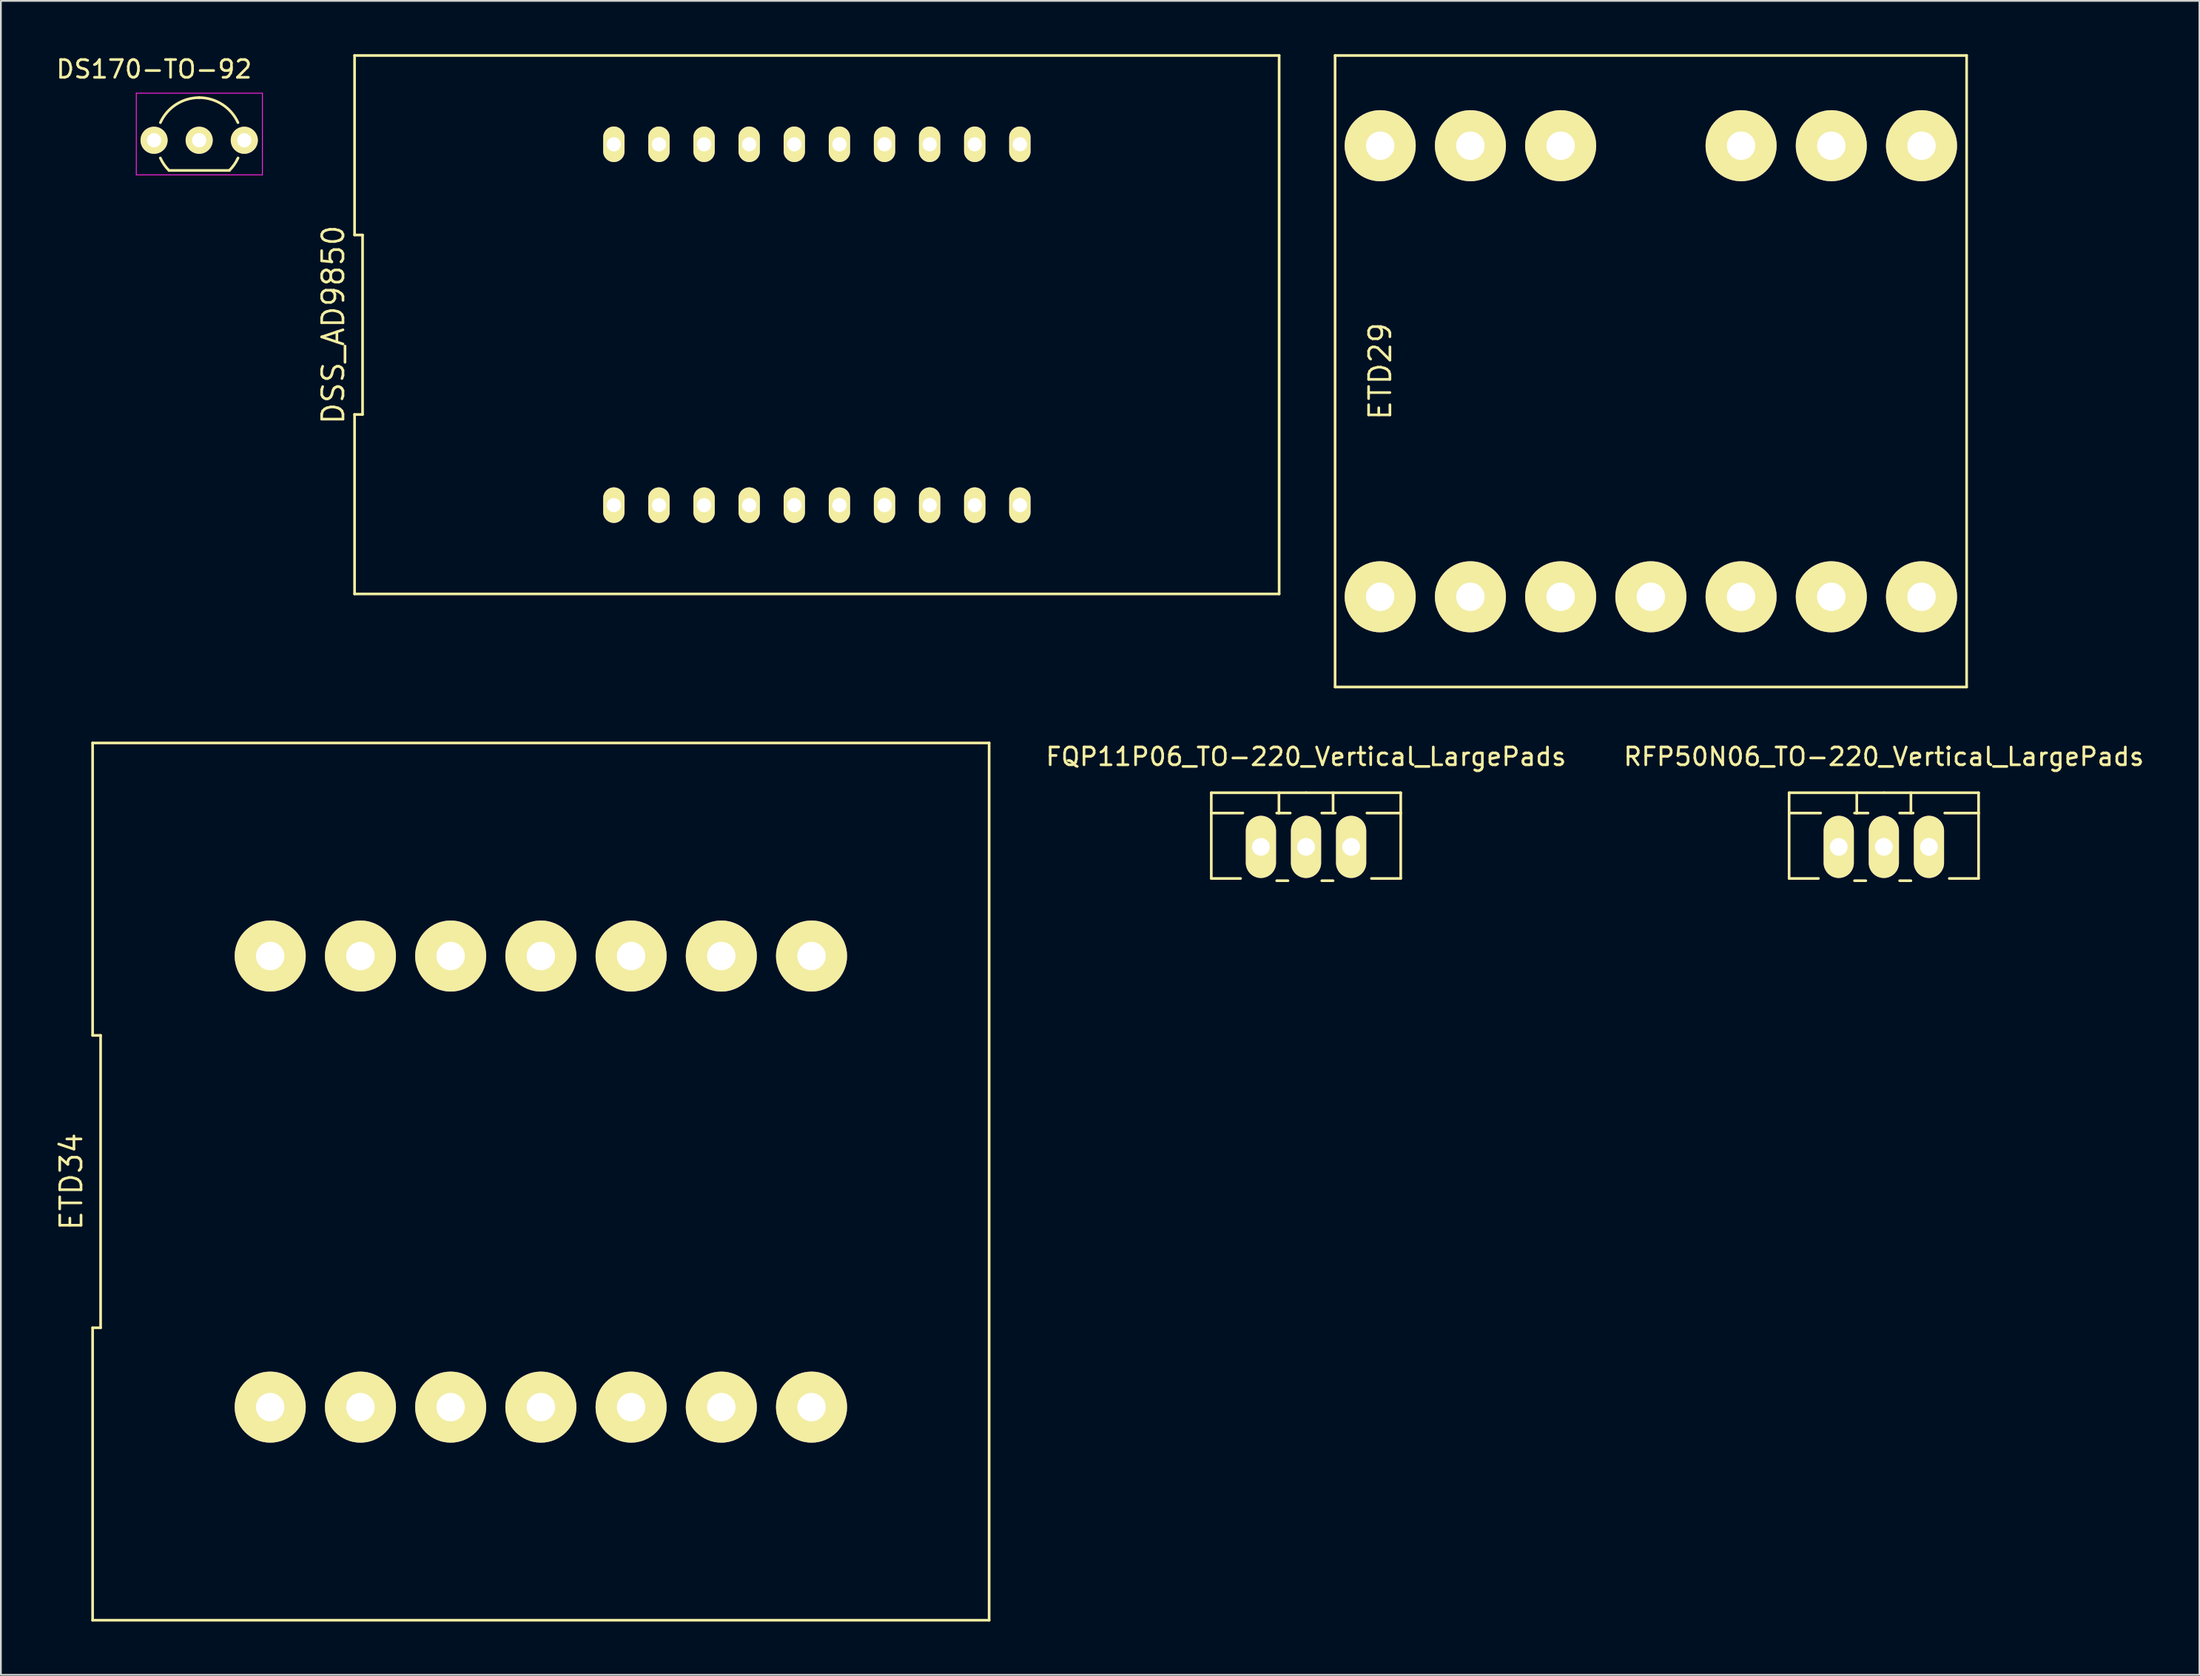
<source format=kicad_pcb>
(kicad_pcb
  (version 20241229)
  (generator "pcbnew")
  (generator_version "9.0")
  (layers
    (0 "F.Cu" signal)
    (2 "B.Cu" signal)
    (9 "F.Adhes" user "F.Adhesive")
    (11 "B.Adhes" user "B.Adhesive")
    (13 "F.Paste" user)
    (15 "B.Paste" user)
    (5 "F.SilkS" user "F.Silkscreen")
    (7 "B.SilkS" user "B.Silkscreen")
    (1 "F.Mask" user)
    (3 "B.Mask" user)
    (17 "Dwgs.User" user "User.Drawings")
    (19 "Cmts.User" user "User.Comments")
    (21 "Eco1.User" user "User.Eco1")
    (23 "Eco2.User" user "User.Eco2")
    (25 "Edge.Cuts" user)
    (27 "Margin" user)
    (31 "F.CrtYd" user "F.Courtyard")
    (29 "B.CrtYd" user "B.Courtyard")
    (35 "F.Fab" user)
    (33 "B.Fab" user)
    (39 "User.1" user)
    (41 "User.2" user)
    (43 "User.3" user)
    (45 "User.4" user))
  (footprint "ETD34"
    (layer "F.Cu")
    (at 27.405 63.485)
    (property "Reference" "ETD34" (at -26.44 0 90) (layer "F.SilkS") (effects (font (size 1.2 1.2) (thickness 0.15))))
    (attr through_hole)
    (fp_line (start -25.24 -24.7) (end -25.24 -8.233) (stroke (width 0.15) (type solid)) (layer "F.SilkS"))
    (fp_line (start -25.24 -8.233) (end -24.79 -8.233) (stroke (width 0.15) (type solid)) (layer "F.SilkS"))
    (fp_line (start -25.24 8.233) (end -25.24 24.7) (stroke (width 0.15) (type solid)) (layer "F.SilkS"))
    (fp_line (start -25.24 24.7) (end 25.24 24.7) (stroke (width 0.15) (type solid)) (layer "F.SilkS"))
    (fp_line (start -24.79 -8.233) (end -24.79 8.233) (stroke (width 0.15) (type solid)) (layer "F.SilkS"))
    (fp_line (start -24.79 8.233) (end -25.24 8.233) (stroke (width 0.15) (type solid)) (layer "F.SilkS"))
    (fp_line (start 25.24 -24.7) (end -25.24 -24.7) (stroke (width 0.15) (type solid)) (layer "F.SilkS"))
    (fp_line (start 25.24 24.7) (end 25.24 -24.7) (stroke (width 0.15) (type solid)) (layer "F.SilkS"))
    (pad "1" thru_hole circle (at -15.24 12.7) (size 4 4) (drill 1.6) (layers "*.Cu" "*.Mask" "F.SilkS"))
    (pad "2" thru_hole circle (at -10.16 12.7) (size 4 4) (drill 1.6) (layers "*.Cu" "*.Mask" "F.SilkS"))
    (pad "3" thru_hole circle (at -5.08 12.7) (size 4 4) (drill 1.6) (layers "*.Cu" "*.Mask" "F.SilkS"))
    (pad "4" thru_hole circle (at 0 12.7) (size 4 4) (drill 1.6) (layers "*.Cu" "*.Mask" "F.SilkS"))
    (pad "5" thru_hole circle (at 5.08 12.7) (size 4 4) (drill 1.6) (layers "*.Cu" "*.Mask" "F.SilkS"))
    (pad "6" thru_hole circle (at 10.16 12.7) (size 4 4) (drill 1.6) (layers "*.Cu" "*.Mask" "F.SilkS"))
    (pad "7" thru_hole circle (at 15.24 12.7) (size 4 4) (drill 1.6) (layers "*.Cu" "*.Mask" "F.SilkS"))
    (pad "8" thru_hole circle (at 15.24 -12.7) (size 4 4) (drill 1.6) (layers "*.Cu" "*.Mask" "F.SilkS"))
    (pad "9" thru_hole circle (at 10.16 -12.7) (size 4 4) (drill 1.6) (layers "*.Cu" "*.Mask" "F.SilkS"))
    (pad "10" thru_hole circle (at 5.08 -12.7) (size 4 4) (drill 1.6) (layers "*.Cu" "*.Mask" "F.SilkS"))
    (pad "11" thru_hole circle (at 0 -12.7) (size 4 4) (drill 1.6) (layers "*.Cu" "*.Mask" "F.SilkS"))
    (pad "12" thru_hole circle (at -5.08 -12.7) (size 4 4) (drill 1.6) (layers "*.Cu" "*.Mask" "F.SilkS"))
    (pad "13" thru_hole circle (at -10.16 -12.7) (size 4 4) (drill 1.6) (layers "*.Cu" "*.Mask" "F.SilkS"))
    (pad "14" thru_hole circle (at -15.24 -12.7) (size 4 4) (drill 1.6) (layers "*.Cu" "*.Mask" "F.SilkS")))
  (footprint "FQP11P06_TO-220_Vertical_LargePads"
    (layer "F.Cu")
    (at 70.488 44.638)
    (property "Reference" "FQP11P06_TO-220_Vertical_LargePads" (at 0 -5.08 0) (layer "F.SilkS") (effects (font (size 1 1) (thickness 0.15))))
    (attr through_hole)
    (fp_line (start -5.334 -1.905) (end -5.334 -3.048) (stroke (width 0.15) (type solid)) (layer "F.SilkS"))
    (fp_line (start -5.334 -1.905) (end -3.556 -1.905) (stroke (width 0.15) (type solid)) (layer "F.SilkS"))
    (fp_line (start -5.334 1.778) (end -5.334 -1.905) (stroke (width 0.15) (type solid)) (layer "F.SilkS"))
    (fp_line (start -5.334 1.778) (end -3.683 1.778) (stroke (width 0.15) (type solid)) (layer "F.SilkS"))
    (fp_line (start -1.524 -3.048) (end -1.524 -1.905) (stroke (width 0.15) (type solid)) (layer "F.SilkS"))
    (fp_line (start -1.524 -1.905) (end -1.651 -1.905) (stroke (width 0.15) (type solid)) (layer "F.SilkS"))
    (fp_line (start -1.524 -1.905) (end -0.889 -1.905) (stroke (width 0.15) (type solid)) (layer "F.SilkS"))
    (fp_line (start -1.016 1.905) (end -1.651 1.905) (stroke (width 0.15) (type solid)) (layer "F.SilkS"))
    (fp_line (start 0 -3.048) (end -5.334 -3.048) (stroke (width 0.15) (type solid)) (layer "F.SilkS"))
    (fp_line (start 0 -3.048) (end 5.334 -3.048) (stroke (width 0.15) (type solid)) (layer "F.SilkS"))
    (fp_line (start 0.889 -1.905) (end 1.651 -1.905) (stroke (width 0.15) (type solid)) (layer "F.SilkS"))
    (fp_line (start 1.524 -3.048) (end 1.524 -1.905) (stroke (width 0.15) (type solid)) (layer "F.SilkS"))
    (fp_line (start 1.524 1.905) (end 0.889 1.905) (stroke (width 0.15) (type solid)) (layer "F.SilkS"))
    (fp_line (start 5.334 -3.048) (end 5.334 -1.905) (stroke (width 0.15) (type solid)) (layer "F.SilkS"))
    (fp_line (start 5.334 -1.905) (end 3.429 -1.905) (stroke (width 0.15) (type solid)) (layer "F.SilkS"))
    (fp_line (start 5.334 -1.905) (end 5.334 1.778) (stroke (width 0.15) (type solid)) (layer "F.SilkS"))
    (fp_line (start 5.334 1.778) (end 3.683 1.778) (stroke (width 0.15) (type solid)) (layer "F.SilkS"))
    (pad "D" thru_hole oval (at 0 0 90) (size 3.5 1.699) (drill 1.001) (layers "*.Cu" "*.Mask" "F.SilkS"))
    (pad "G" thru_hole oval (at -2.54 0 90) (size 3.5 1.699) (drill 1.001) (layers "*.Cu" "*.Mask" "F.SilkS"))
    (pad "S" thru_hole oval (at 2.54 0 90) (size 3.5 1.699) (drill 1.001) (layers "*.Cu" "*.Mask" "F.SilkS")))
  (footprint "ETD29"
    (layer "F.Cu")
    (at 89.905 17.855)
    (property "Reference" "ETD29" (at -15.24 0 90) (layer "F.SilkS") (effects (font (size 1.2 1.2) (thickness 0.15))))
    (attr through_hole)
    (fp_line (start -17.78 -17.78) (end -17.78 17.78) (stroke (width 0.15) (type solid)) (layer "F.SilkS"))
    (fp_line (start -17.78 17.78) (end 17.78 17.78) (stroke (width 0.15) (type solid)) (layer "F.SilkS"))
    (fp_line (start 17.78 -17.78) (end -17.78 -17.78) (stroke (width 0.15) (type solid)) (layer "F.SilkS"))
    (fp_line (start 17.78 17.78) (end 17.78 -17.78) (stroke (width 0.15) (type solid)) (layer "F.SilkS"))
    (pad "1" thru_hole circle (at -15.24 12.7) (size 4 4) (drill 1.6) (layers "*.Cu" "*.Mask" "F.SilkS"))
    (pad "2" thru_hole circle (at -10.16 12.7) (size 4 4) (drill 1.6) (layers "*.Cu" "*.Mask" "F.SilkS"))
    (pad "3" thru_hole circle (at -5.08 12.7) (size 4 4) (drill 1.6) (layers "*.Cu" "*.Mask" "F.SilkS"))
    (pad "4" thru_hole circle (at 0 12.7) (size 4 4) (drill 1.6) (layers "*.Cu" "*.Mask" "F.SilkS"))
    (pad "5" thru_hole circle (at 5.08 12.7) (size 4 4) (drill 1.6) (layers "*.Cu" "*.Mask" "F.SilkS"))
    (pad "6" thru_hole circle (at 10.16 12.7) (size 4 4) (drill 1.6) (layers "*.Cu" "*.Mask" "F.SilkS"))
    (pad "7" thru_hole circle (at 15.24 12.7) (size 4 4) (drill 1.6) (layers "*.Cu" "*.Mask" "F.SilkS"))
    (pad "8" thru_hole circle (at 15.24 -12.7) (size 4 4) (drill 1.6) (layers "*.Cu" "*.Mask" "F.SilkS"))
    (pad "9" thru_hole circle (at 10.16 -12.7) (size 4 4) (drill 1.6) (layers "*.Cu" "*.Mask" "F.SilkS"))
    (pad "10" thru_hole circle (at 5.08 -12.7) (size 4 4) (drill 1.6) (layers "*.Cu" "*.Mask" "F.SilkS"))
    (pad "12" thru_hole circle (at -5.08 -12.7) (size 4 4) (drill 1.6) (layers "*.Cu" "*.Mask" "F.SilkS"))
    (pad "13" thru_hole circle (at -10.16 -12.7) (size 4 4) (drill 1.6) (layers "*.Cu" "*.Mask" "F.SilkS"))
    (pad "14" thru_hole circle (at -15.24 -12.7) (size 4 4) (drill 1.6) (layers "*.Cu" "*.Mask" "F.SilkS")))
  (footprint "RFP50N06_TO-220_Vertical_LargePads"
    (layer "F.Cu")
    (at 103.024 44.638)
    (property "Reference" "RFP50N06_TO-220_Vertical_LargePads" (at 0 -5.08 0) (layer "F.SilkS") (effects (font (size 1 1) (thickness 0.15))))
    (attr through_hole)
    (fp_line (start -5.334 -1.905) (end -5.334 -3.048) (stroke (width 0.15) (type solid)) (layer "F.SilkS"))
    (fp_line (start -5.334 -1.905) (end -3.556 -1.905) (stroke (width 0.15) (type solid)) (layer "F.SilkS"))
    (fp_line (start -5.334 1.778) (end -5.334 -1.905) (stroke (width 0.15) (type solid)) (layer "F.SilkS"))
    (fp_line (start -5.334 1.778) (end -3.683 1.778) (stroke (width 0.15) (type solid)) (layer "F.SilkS"))
    (fp_line (start -1.524 -3.048) (end -1.524 -1.905) (stroke (width 0.15) (type solid)) (layer "F.SilkS"))
    (fp_line (start -1.524 -1.905) (end -1.651 -1.905) (stroke (width 0.15) (type solid)) (layer "F.SilkS"))
    (fp_line (start -1.524 -1.905) (end -0.889 -1.905) (stroke (width 0.15) (type solid)) (layer "F.SilkS"))
    (fp_line (start -1.016 1.905) (end -1.651 1.905) (stroke (width 0.15) (type solid)) (layer "F.SilkS"))
    (fp_line (start 0 -3.048) (end -5.334 -3.048) (stroke (width 0.15) (type solid)) (layer "F.SilkS"))
    (fp_line (start 0 -3.048) (end 5.334 -3.048) (stroke (width 0.15) (type solid)) (layer "F.SilkS"))
    (fp_line (start 0.889 -1.905) (end 1.651 -1.905) (stroke (width 0.15) (type solid)) (layer "F.SilkS"))
    (fp_line (start 1.524 -3.048) (end 1.524 -1.905) (stroke (width 0.15) (type solid)) (layer "F.SilkS"))
    (fp_line (start 1.524 1.905) (end 0.889 1.905) (stroke (width 0.15) (type solid)) (layer "F.SilkS"))
    (fp_line (start 5.334 -3.048) (end 5.334 -1.905) (stroke (width 0.15) (type solid)) (layer "F.SilkS"))
    (fp_line (start 5.334 -1.905) (end 3.429 -1.905) (stroke (width 0.15) (type solid)) (layer "F.SilkS"))
    (fp_line (start 5.334 -1.905) (end 5.334 1.778) (stroke (width 0.15) (type solid)) (layer "F.SilkS"))
    (fp_line (start 5.334 1.778) (end 3.683 1.778) (stroke (width 0.15) (type solid)) (layer "F.SilkS"))
    (pad "D" thru_hole oval (at 0 0 90) (size 3.5 1.699) (drill 1.001) (layers "*.Cu" "*.Mask" "F.SilkS"))
    (pad "G" thru_hole oval (at -2.54 0 90) (size 3.5 1.699) (drill 1.001) (layers "*.Cu" "*.Mask" "F.SilkS"))
    (pad "S" thru_hole oval (at 2.54 0 90) (size 3.5 1.699) (drill 1.001) (layers "*.Cu" "*.Mask" "F.SilkS")))
  (footprint "DSS_AD9850"
    (layer "F.Cu")
    (at 42.945 15.235)
    (property "Reference" "DSS_AD9850" (at -27.23 0 90) (layer "F.SilkS") (effects (font (size 1.2 1.2) (thickness 0.15))))
    (attr through_hole)
    (fp_line (start -26.03 -15.16) (end -26.03 -5.053) (stroke (width 0.15) (type solid)) (layer "F.SilkS"))
    (fp_line (start -26.03 -5.053) (end -25.58 -5.053) (stroke (width 0.15) (type solid)) (layer "F.SilkS"))
    (fp_line (start -26.03 5.053) (end -26.03 15.16) (stroke (width 0.15) (type solid)) (layer "F.SilkS"))
    (fp_line (start -26.03 15.16) (end 26.03 15.16) (stroke (width 0.15) (type solid)) (layer "F.SilkS"))
    (fp_line (start -25.58 -5.053) (end -25.58 5.053) (stroke (width 0.15) (type solid)) (layer "F.SilkS"))
    (fp_line (start -25.58 5.053) (end -26.03 5.053) (stroke (width 0.15) (type solid)) (layer "F.SilkS"))
    (fp_line (start 26.03 -15.16) (end -26.03 -15.16) (stroke (width 0.15) (type solid)) (layer "F.SilkS"))
    (fp_line (start 26.03 15.16) (end 26.03 -15.16) (stroke (width 0.15) (type solid)) (layer "F.SilkS"))
    (pad "1" thru_hole oval (at -11.43 10.16) (size 1.2 2) (drill 0.8) (layers "*.Cu" "*.Mask" "F.SilkS"))
    (pad "2" thru_hole oval (at -8.89 10.16) (size 1.2 2) (drill 0.8) (layers "*.Cu" "*.Mask" "F.SilkS"))
    (pad "3" thru_hole oval (at -6.35 10.16) (size 1.2 2) (drill 0.8) (layers "*.Cu" "*.Mask" "F.SilkS"))
    (pad "4" thru_hole oval (at -3.81 10.16) (size 1.2 2) (drill 0.8) (layers "*.Cu" "*.Mask" "F.SilkS"))
    (pad "5" thru_hole oval (at -1.27 10.16) (size 1.2 2) (drill 0.8) (layers "*.Cu" "*.Mask" "F.SilkS"))
    (pad "6" thru_hole oval (at 1.27 10.16) (size 1.2 2) (drill 0.8) (layers "*.Cu" "*.Mask" "F.SilkS"))
    (pad "7" thru_hole oval (at 3.81 10.16) (size 1.2 2) (drill 0.8) (layers "*.Cu" "*.Mask" "F.SilkS"))
    (pad "8" thru_hole oval (at 6.35 10.16) (size 1.2 2) (drill 0.8) (layers "*.Cu" "*.Mask" "F.SilkS"))
    (pad "9" thru_hole oval (at 8.89 10.16) (size 1.2 2) (drill 0.8) (layers "*.Cu" "*.Mask" "F.SilkS"))
    (pad "10" thru_hole oval (at 11.43 10.16) (size 1.2 2) (drill 0.8) (layers "*.Cu" "*.Mask" "F.SilkS"))
    (pad "11" thru_hole oval (at 11.43 -10.16) (size 1.2 2) (drill 0.8) (layers "*.Cu" "*.Mask" "F.SilkS"))
    (pad "12" thru_hole oval (at 8.89 -10.16) (size 1.2 2) (drill 0.8) (layers "*.Cu" "*.Mask" "F.SilkS"))
    (pad "13" thru_hole oval (at 6.35 -10.16) (size 1.2 2) (drill 0.8) (layers "*.Cu" "*.Mask" "F.SilkS"))
    (pad "14" thru_hole oval (at 3.81 -10.16) (size 1.2 2) (drill 0.8) (layers "*.Cu" "*.Mask" "F.SilkS"))
    (pad "15" thru_hole oval (at 1.27 -10.16) (size 1.2 2) (drill 0.8) (layers "*.Cu" "*.Mask" "F.SilkS"))
    (pad "16" thru_hole oval (at -1.27 -10.16) (size 1.2 2) (drill 0.8) (layers "*.Cu" "*.Mask" "F.SilkS"))
    (pad "17" thru_hole oval (at -3.81 -10.16) (size 1.2 2) (drill 0.8) (layers "*.Cu" "*.Mask" "F.SilkS"))
    (pad "18" thru_hole oval (at -6.35 -10.16) (size 1.2 2) (drill 0.8) (layers "*.Cu" "*.Mask" "F.SilkS"))
    (pad "19" thru_hole oval (at -8.89 -10.16) (size 1.2 2) (drill 0.8) (layers "*.Cu" "*.Mask" "F.SilkS"))
    (pad "20" thru_hole oval (at -11.43 -10.16) (size 1.2 2) (drill 0.8) (layers "*.Cu" "*.Mask" "F.SilkS")))
  (footprint "DS170-TO-92"
    (layer "F.Cu")
    (at 5.625 4.848)
    (property "Reference" "DS170-TO-92" (at 0 -4 180) (layer "F.SilkS") (effects (font (size 1 1) (thickness 0.15))))
    (attr through_hole)
    (fp_line (start 0.84 1.7) (end 4.24 1.7) (stroke (width 0.15) (type solid)) (layer "F.SilkS"))
    (fp_arc (start 0.355121 -0.993127) (mid 1.240675 -2.017858) (end 2.54 -2.4) (stroke (width 0.15) (type solid)) (layer "F.SilkS"))
    (fp_arc (start 0.84 1.7) (mid 0.564627 1.370365) (end 0.352305 0.99699) (stroke (width 0.15) (type solid)) (layer "F.SilkS"))
    (fp_arc (start 2.54 -2.4) (mid 3.839326 -2.017858) (end 4.724879 -0.993127) (stroke (width 0.15) (type solid)) (layer "F.SilkS"))
    (fp_arc (start 4.727695 0.99699) (mid 4.515373 1.370365) (end 4.24 1.7) (stroke (width 0.15) (type solid)) (layer "F.SilkS"))
    (fp_line (start -1 -2.65) (end 6.1 -2.65) (stroke (width 0.05) (type solid)) (layer "F.CrtYd"))
    (fp_line (start -1 1.95) (end -1 -2.65) (stroke (width 0.05) (type solid)) (layer "F.CrtYd"))
    (fp_line (start -1 1.95) (end 6.1 1.95) (stroke (width 0.05) (type solid)) (layer "F.CrtYd"))
    (fp_line (start 6.1 1.95) (end 6.1 -2.65) (stroke (width 0.05) (type solid)) (layer "F.CrtYd"))
    (pad "D" thru_hole circle (at 0 0 90) (size 1.524 1.524) (drill 0.8) (layers "*.Cu" "*.Mask" "F.SilkS"))
    (pad "G" thru_hole circle (at 2.54 0 90) (size 1.524 1.524) (drill 0.8) (layers "*.Cu" "*.Mask" "F.SilkS"))
    (pad "S" thru_hole circle (at 5.08 0 90) (size 1.524 1.524) (drill 0.8) (layers "*.Cu" "*.Mask" "F.SilkS")))
  (gr_rect
    (start -3 -3)
    (end 120.792 91.26)
    (stroke (width 0.1) (type default))
    (fill no)
    (layer "Edge.Cuts")))
</source>
